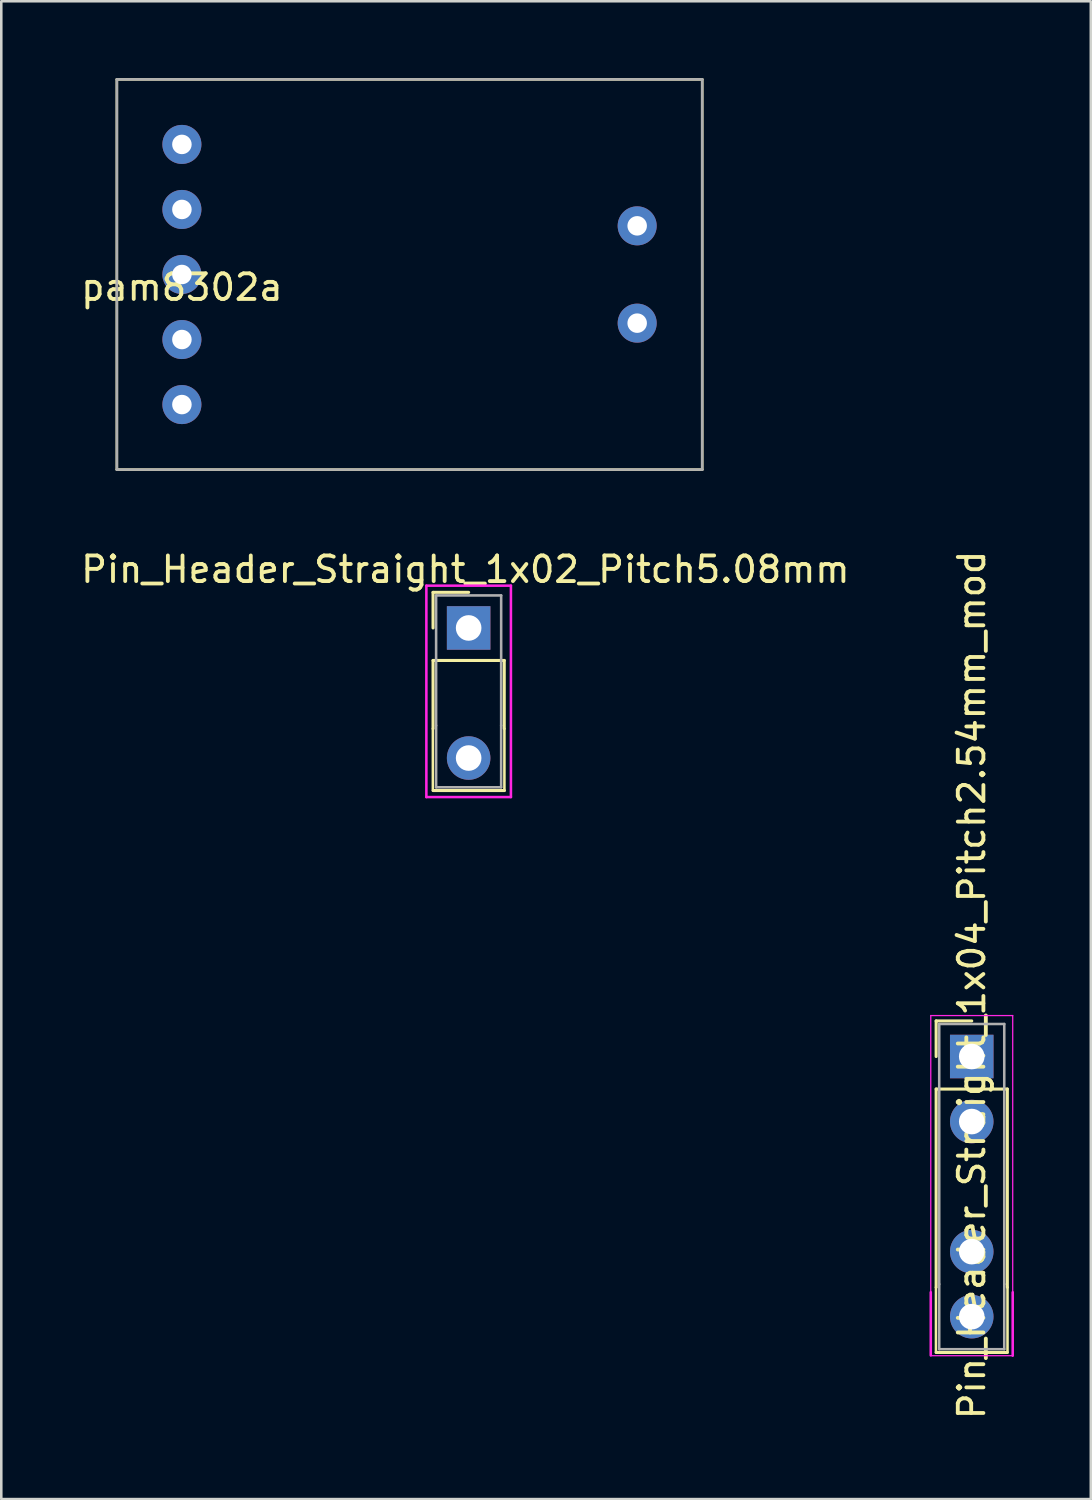
<source format=kicad_pcb>
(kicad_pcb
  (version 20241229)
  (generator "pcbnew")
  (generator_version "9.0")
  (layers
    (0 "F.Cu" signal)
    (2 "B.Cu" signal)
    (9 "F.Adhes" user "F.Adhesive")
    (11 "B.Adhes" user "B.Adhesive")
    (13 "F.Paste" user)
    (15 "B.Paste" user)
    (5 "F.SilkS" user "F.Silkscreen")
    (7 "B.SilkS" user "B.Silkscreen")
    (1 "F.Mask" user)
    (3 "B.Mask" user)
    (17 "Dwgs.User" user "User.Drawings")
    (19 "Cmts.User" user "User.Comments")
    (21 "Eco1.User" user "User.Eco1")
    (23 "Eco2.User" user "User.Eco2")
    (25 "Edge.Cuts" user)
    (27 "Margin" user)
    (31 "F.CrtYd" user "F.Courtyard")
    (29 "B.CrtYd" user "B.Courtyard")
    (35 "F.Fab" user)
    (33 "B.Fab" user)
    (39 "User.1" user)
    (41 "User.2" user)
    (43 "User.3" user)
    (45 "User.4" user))
  (footprint "Pin_Header_Straight_1x02_Pitch5.08mm"
    (layer "F.Cu")
    (at 15.252 21.474)
    (property "Reference" "Pin_Header_Straight_1x02_Pitch5.08mm" (at -0.127 -2.286 180) (layer "F.SilkS") (effects (font (size 1 1) (thickness 0.15))))
    (attr through_hole)
    (fp_line (start -1.397 3.937) (end -1.397 6.35) (stroke (width 0.1) (type solid)) (layer "F.SilkS"))
    (fp_line (start -1.39 -1.39) (end 0 -1.39) (stroke (width 0.12) (type solid)) (layer "F.SilkS"))
    (fp_line (start -1.39 0) (end -1.39 -1.39) (stroke (width 0.12) (type solid)) (layer "F.SilkS"))
    (fp_line (start -1.39 1.27) (end -1.39 3.93) (stroke (width 0.12) (type solid)) (layer "F.SilkS"))
    (fp_line (start -1.383 6.35) (end 1.397 6.35) (stroke (width 0.12) (type solid)) (layer "F.SilkS"))
    (fp_line (start 1.39 1.27) (end -1.39 1.27) (stroke (width 0.12) (type solid)) (layer "F.SilkS"))
    (fp_line (start 1.39 3.93) (end 1.39 1.27) (stroke (width 0.12) (type solid)) (layer "F.SilkS"))
    (fp_line (start 1.397 3.937) (end 1.397 6.35) (stroke (width 0.1) (type solid)) (layer "F.SilkS"))
    (fp_line (start -1.651 -1.651) (end -1.651 6.604) (stroke (width 0.1) (type solid)) (layer "F.CrtYd"))
    (fp_line (start -1.651 6.604) (end 1.651 6.604) (stroke (width 0.1) (type solid)) (layer "F.CrtYd"))
    (fp_line (start -1.6 6.604) (end 1.6 6.604) (stroke (width 0.05) (type solid)) (layer "F.CrtYd"))
    (fp_line (start 1.651 -1.651) (end -1.651 -1.651) (stroke (width 0.1) (type solid)) (layer "F.CrtYd"))
    (fp_line (start 1.651 6.604) (end 1.651 -1.651) (stroke (width 0.1) (type solid)) (layer "F.CrtYd"))
    (fp_line (start -1.27 -1.27) (end -1.27 3.81) (stroke (width 0.1) (type solid)) (layer "F.Fab"))
    (fp_line (start -1.27 3.81) (end -1.27 6.223) (stroke (width 0.1) (type solid)) (layer "F.Fab"))
    (fp_line (start -1.27 6.223) (end 1.27 6.223) (stroke (width 0.1) (type solid)) (layer "F.Fab"))
    (fp_line (start 1.27 -1.27) (end -1.27 -1.27) (stroke (width 0.1) (type solid)) (layer "F.Fab"))
    (fp_line (start 1.27 3.81) (end 1.27 -1.27) (stroke (width 0.1) (type solid)) (layer "F.Fab"))
    (fp_line (start 1.27 3.81) (end 1.27 6.223) (stroke (width 0.1) (type solid)) (layer "F.Fab"))
    (pad "1" thru_hole rect (at 0 0) (size 1.7 1.7) (drill 1) (layers "*.Cu" "*.Mask"))
    (pad "2" thru_hole oval (at 0 5.08) (size 1.7 1.7) (drill 1) (layers "*.Cu" "*.Mask")))
  (footprint "pam8302a"
    (layer "F.Cu")
    (at 4.054 7.67)
    (property "Reference" "pam8302a" (at 0 0.5 0) (layer "F.SilkS") (effects (font (size 1 1) (thickness 0.15))))
    (attr through_hole)
    (fp_line (start -2.54 -7.62) (end 20.32 -7.62) (stroke (width 0.1) (type solid)) (layer "F.SilkS"))
    (fp_line (start -2.54 7.62) (end -2.54 -7.62) (stroke (width 0.1) (type solid)) (layer "F.SilkS"))
    (fp_line (start 20.32 -7.62) (end 20.32 7.62) (stroke (width 0.1) (type solid)) (layer "F.SilkS"))
    (fp_line (start 20.32 7.62) (end -2.54 7.62) (stroke (width 0.1) (type solid)) (layer "F.SilkS"))
    (fp_line (start -2.54 -7.62) (end -2.54 7.62) (stroke (width 0.1) (type solid)) (layer "F.Fab"))
    (fp_line (start -2.54 7.62) (end 20.32 7.62) (stroke (width 0.1) (type solid)) (layer "F.Fab"))
    (fp_line (start 20.32 -7.62) (end -2.54 -7.62) (stroke (width 0.1) (type solid)) (layer "F.Fab"))
    (fp_line (start 20.32 7.62) (end 20.32 -7.62) (stroke (width 0.1) (type solid)) (layer "F.Fab"))
    (pad "1" thru_hole circle (at 0 -5.08) (size 1.524 1.524) (drill 0.762) (layers "*.Cu" "*.Mask"))
    (pad "2" thru_hole circle (at 0 -2.54) (size 1.524 1.524) (drill 0.762) (layers "*.Cu" "*.Mask"))
    (pad "3" thru_hole circle (at 0 0) (size 1.524 1.524) (drill 0.762) (layers "*.Cu" "*.Mask"))
    (pad "4" thru_hole circle (at 0 2.54) (size 1.524 1.524) (drill 0.762) (layers "*.Cu" "*.Mask"))
    (pad "5" thru_hole circle (at 0 5.08) (size 1.524 1.524) (drill 0.762) (layers "*.Cu" "*.Mask"))
    (pad "6" thru_hole circle (at 17.78 -1.9) (size 1.524 1.524) (drill 0.762) (layers "*.Cu" "*.Mask"))
    (pad "7" thru_hole circle (at 17.78 1.9) (size 1.524 1.524) (drill 0.762) (layers "*.Cu" "*.Mask")))
  (footprint "Pin_Header_Straight_1x04_Pitch2.54mm_mod"
    (layer "F.Cu")
    (at 34.9 38.211)
    (property "Reference" "Pin_Header_Straight_1x04_Pitch2.54mm_mod" (at 0 -2.794 90) (layer "F.SilkS") (effects (font (size 1 1) (thickness 0.15))))
    (attr through_hole)
    (fp_line (start -1.397 9.017) (end -1.397 11.557) (stroke (width 0.1) (type solid)) (layer "F.SilkS"))
    (fp_line (start -1.39 -1.39) (end 0 -1.39) (stroke (width 0.12) (type solid)) (layer "F.SilkS"))
    (fp_line (start -1.39 0) (end -1.39 -1.39) (stroke (width 0.12) (type solid)) (layer "F.SilkS"))
    (fp_line (start -1.39 1.27) (end -1.39 9.01) (stroke (width 0.12) (type solid)) (layer "F.SilkS"))
    (fp_line (start -1.39 11.557) (end 1.39 11.557) (stroke (width 0.12) (type solid)) (layer "F.SilkS"))
    (fp_line (start 1.39 1.27) (end -1.39 1.27) (stroke (width 0.12) (type solid)) (layer "F.SilkS"))
    (fp_line (start 1.39 9.01) (end 1.39 1.27) (stroke (width 0.12) (type solid)) (layer "F.SilkS"))
    (fp_line (start 1.397 9.017) (end 1.397 11.557) (stroke (width 0.1) (type solid)) (layer "F.SilkS"))
    (fp_line (start -1.6 9.207) (end -1.6 11.671) (stroke (width 0.1) (type solid)) (layer "F.CrtYd"))
    (fp_line (start -1.6 -1.6) (end -1.6 9.2) (stroke (width 0.05) (type solid)) (layer "F.CrtYd"))
    (fp_line (start -1.6 11.684) (end 1.6 11.684) (stroke (width 0.05) (type solid)) (layer "F.CrtYd"))
    (fp_line (start 1.6 -1.6) (end -1.6 -1.6) (stroke (width 0.05) (type solid)) (layer "F.CrtYd"))
    (fp_line (start 1.6 9.2) (end 1.6 -1.6) (stroke (width 0.05) (type solid)) (layer "F.CrtYd"))
    (fp_line (start 1.6 9.207) (end 1.6 11.684) (stroke (width 0.1) (type solid)) (layer "F.CrtYd"))
    (fp_line (start -1.27 -1.27) (end -1.27 8.89) (stroke (width 0.1) (type solid)) (layer "F.Fab"))
    (fp_line (start -1.27 8.89) (end -1.27 11.43) (stroke (width 0.1) (type solid)) (layer "F.Fab"))
    (fp_line (start -1.27 11.43) (end 1.27 11.43) (stroke (width 0.1) (type solid)) (layer "F.Fab"))
    (fp_line (start 1.27 -1.27) (end -1.27 -1.27) (stroke (width 0.1) (type solid)) (layer "F.Fab"))
    (fp_line (start 1.27 8.89) (end 1.27 -1.27) (stroke (width 0.1) (type solid)) (layer "F.Fab"))
    (fp_line (start 1.27 11.43) (end 1.27 8.89) (stroke (width 0.1) (type solid)) (layer "F.Fab"))
    (pad "1" thru_hole rect (at 0 0) (size 1.7 1.7) (drill 1) (layers "*.Cu" "*.Mask"))
    (pad "2" thru_hole oval (at 0 2.54) (size 1.7 1.7) (drill 1) (layers "*.Cu" "*.Mask"))
    (pad "3" thru_hole oval (at 0 7.62) (size 1.7 1.7) (drill 1) (layers "*.Cu" "*.Mask"))
    (pad "4" thru_hole oval (at 0 10.16) (size 1.7 1.7) (drill 1) (layers "*.Cu" "*.Mask")))
  (gr_rect
    (start -3 -3)
    (end 39.55 55.495)
    (stroke (width 0.1) (type default))
    (fill no)
    (layer "Edge.Cuts")))
</source>
